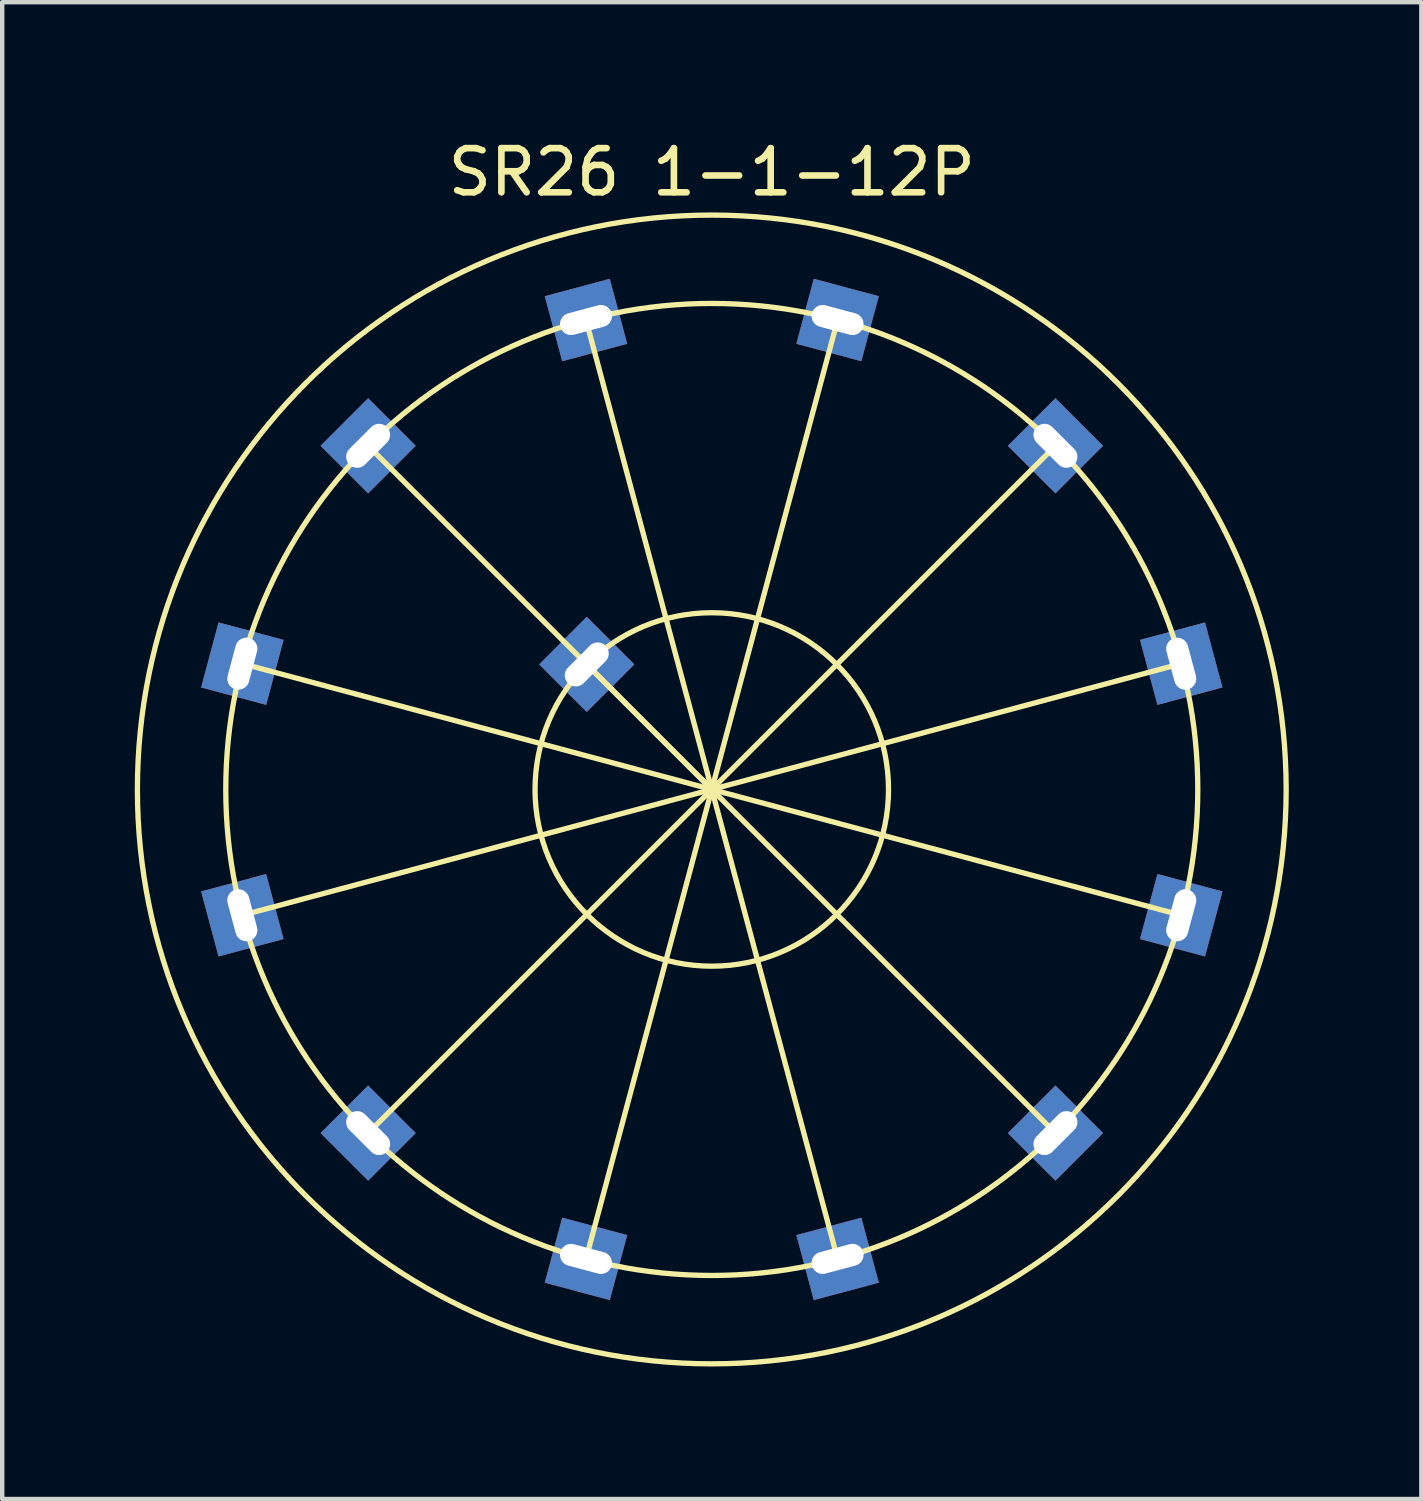
<source format=kicad_pcb>
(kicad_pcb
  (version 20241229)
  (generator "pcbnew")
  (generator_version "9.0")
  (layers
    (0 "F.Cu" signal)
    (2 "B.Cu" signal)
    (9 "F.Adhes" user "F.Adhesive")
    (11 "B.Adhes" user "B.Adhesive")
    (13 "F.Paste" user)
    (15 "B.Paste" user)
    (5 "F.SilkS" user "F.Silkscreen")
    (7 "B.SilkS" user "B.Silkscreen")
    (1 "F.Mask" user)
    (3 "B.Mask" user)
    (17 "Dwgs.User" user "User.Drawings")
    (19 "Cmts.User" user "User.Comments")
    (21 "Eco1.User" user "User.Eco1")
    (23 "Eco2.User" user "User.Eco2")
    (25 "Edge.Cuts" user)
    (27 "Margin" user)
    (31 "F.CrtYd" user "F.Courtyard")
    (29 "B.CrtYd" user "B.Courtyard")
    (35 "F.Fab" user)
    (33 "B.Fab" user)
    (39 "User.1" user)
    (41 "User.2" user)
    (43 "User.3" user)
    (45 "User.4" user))
  (footprint "SR26 1-1-12P"
    (layer "F.Cu")
    (at 13.06 14.818)
    (property "Reference" "SR26 1-1-12P" (at 0 -13.97 0) (unlocked yes) (layer "F.SilkS") (effects (font (size 1 1) (thickness 0.15))))
    (attr through_hole)
    (fp_line (start -2.83 -2.83) (end 0 0) (stroke (width 0.12) (type solid)) (layer "F.SilkS"))
    (fp_line (start 0 0) (end -10.625 -2.847) (stroke (width 0.12) (type solid)) (layer "F.SilkS"))
    (fp_line (start 0 0) (end -10.625 2.847) (stroke (width 0.12) (type solid)) (layer "F.SilkS"))
    (fp_line (start 0 0) (end -7.778 -7.778) (stroke (width 0.12) (type solid)) (layer "F.SilkS"))
    (fp_line (start 0 0) (end -7.778 7.778) (stroke (width 0.12) (type solid)) (layer "F.SilkS"))
    (fp_line (start 0 0) (end -2.847 -10.625) (stroke (width 0.12) (type solid)) (layer "F.SilkS"))
    (fp_line (start 0 0) (end -2.847 10.625) (stroke (width 0.12) (type solid)) (layer "F.SilkS"))
    (fp_line (start 0 0) (end 2.847 -10.625) (stroke (width 0.12) (type solid)) (layer "F.SilkS"))
    (fp_line (start 0 0) (end 2.847 10.625) (stroke (width 0.12) (type solid)) (layer "F.SilkS"))
    (fp_line (start 0 0) (end 7.778 -7.778) (stroke (width 0.12) (type solid)) (layer "F.SilkS"))
    (fp_line (start 0 0) (end 7.778 7.778) (stroke (width 0.12) (type solid)) (layer "F.SilkS"))
    (fp_line (start 0 0) (end 10.625 -2.847) (stroke (width 0.12) (type solid)) (layer "F.SilkS"))
    (fp_line (start 0 0) (end 10.625 2.847) (stroke (width 0.12) (type solid)) (layer "F.SilkS"))
    (fp_circle (center 0 0) (end 4 0) (stroke (width 0.12) (type solid)) (fill no) (layer "F.SilkS"))
    (fp_circle (center 0 0) (end 11 0) (stroke (width 0.12) (type solid)) (fill no) (layer "F.SilkS"))
    (fp_circle (center 0 0) (end 13 0) (stroke (width 0.12) (type solid)) (fill no) (layer "F.SilkS"))
    (pad "1" thru_hole rect (at -10.625 -2.847 75) (size 1.524 1.524) (drill oval 1.2 0.5) (layers "*.Cu" "*.Mask"))
    (pad "2" thru_hole rect (at -7.778 -7.778 45) (size 1.524 1.524) (drill oval 1.2 0.5) (layers "*.Cu" "*.Mask"))
    (pad "3" thru_hole rect (at -2.847 -10.625 15) (size 1.524 1.524) (drill oval 1.2 0.5) (layers "*.Cu" "*.Mask"))
    (pad "4" thru_hole rect (at 2.847 -10.625 345) (size 1.524 1.524) (drill oval 1.2 0.5) (layers "*.Cu" "*.Mask"))
    (pad "5" thru_hole rect (at 7.778 -7.778 315) (size 1.524 1.524) (drill oval 1.2 0.5) (layers "*.Cu" "*.Mask"))
    (pad "6" thru_hole rect (at 10.625 -2.847 285) (size 1.524 1.524) (drill oval 1.2 0.5) (layers "*.Cu" "*.Mask"))
    (pad "7" thru_hole rect (at 10.625 2.847 255) (size 1.524 1.524) (drill oval 1.2 0.5) (layers "*.Cu" "*.Mask"))
    (pad "8" thru_hole rect (at 7.778 7.778 225) (size 1.524 1.524) (drill oval 1.2 0.5) (layers "*.Cu" "*.Mask"))
    (pad "9" thru_hole rect (at 2.847 10.625 195) (size 1.524 1.524) (drill oval 1.2 0.5) (layers "*.Cu" "*.Mask"))
    (pad "10" thru_hole rect (at -2.847 10.625 165) (size 1.524 1.524) (drill oval 1.2 0.5) (layers "*.Cu" "*.Mask"))
    (pad "11" thru_hole rect (at -7.778 7.778 135) (size 1.524 1.524) (drill oval 1.2 0.5) (layers "*.Cu" "*.Mask"))
    (pad "12" thru_hole rect (at -10.625 2.847 105) (size 1.524 1.524) (drill oval 1.2 0.5) (layers "*.Cu" "*.Mask"))
    (pad "13" thru_hole rect (at -2.83 -2.83 225) (size 1.524 1.524) (drill oval 1.2 0.5) (layers "*.Cu" "*.Mask")))
  (gr_rect
    (start -3 -3)
    (end 29.12 30.878)
    (stroke (width 0.1) (type default))
    (fill no)
    (layer "Edge.Cuts")))
</source>
